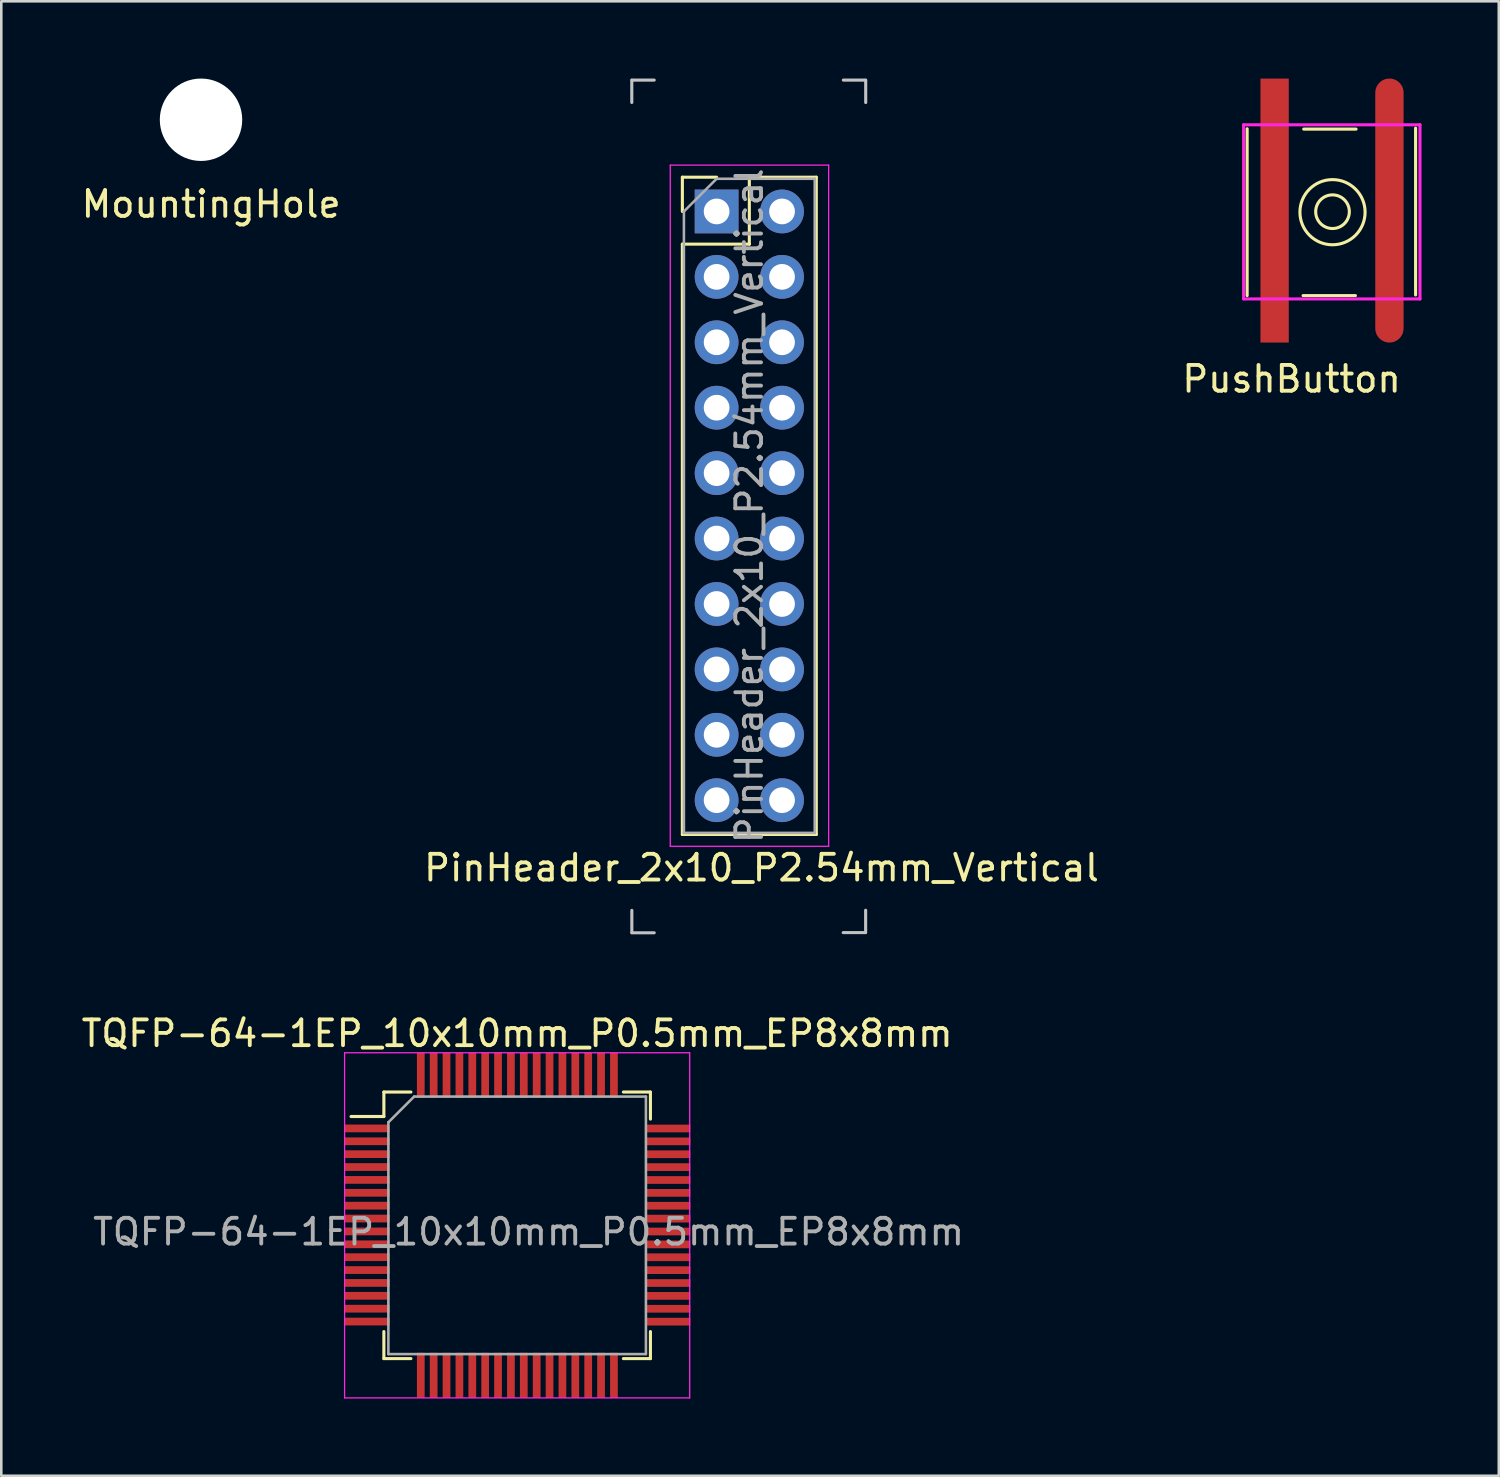
<source format=kicad_pcb>
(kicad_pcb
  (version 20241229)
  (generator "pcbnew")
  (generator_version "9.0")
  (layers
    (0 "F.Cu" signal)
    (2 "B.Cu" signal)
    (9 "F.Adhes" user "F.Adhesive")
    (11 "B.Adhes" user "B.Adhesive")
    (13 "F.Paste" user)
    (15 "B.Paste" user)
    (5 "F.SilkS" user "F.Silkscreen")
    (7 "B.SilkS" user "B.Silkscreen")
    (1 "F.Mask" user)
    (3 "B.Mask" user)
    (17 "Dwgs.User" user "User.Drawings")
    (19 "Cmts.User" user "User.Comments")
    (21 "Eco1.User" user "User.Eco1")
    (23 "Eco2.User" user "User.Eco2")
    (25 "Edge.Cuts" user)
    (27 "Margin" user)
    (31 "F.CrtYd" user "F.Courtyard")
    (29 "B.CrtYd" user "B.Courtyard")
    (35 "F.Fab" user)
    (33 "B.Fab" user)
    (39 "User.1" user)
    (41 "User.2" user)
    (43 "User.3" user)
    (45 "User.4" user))
  (footprint "PushButton"
    (layer "F.Cu")
    (at 48.676 5.214)
    (property "Reference" "PushButton" (at -1.575 6.452 0) (layer "F.SilkS") (effects (font (size 1 1) (thickness 0.15))))
    (attr through_hole)
    (fp_line (start -3.302 3.213) (end -3.302 -3.264) (stroke (width 0.12) (type solid)) (layer "F.SilkS"))
    (fp_line (start -1.13 3.213) (end 0.902 3.213) (stroke (width 0.12) (type solid)) (layer "F.SilkS"))
    (fp_line (start -1.105 -3.251) (end 0.927 -3.251) (stroke (width 0.12) (type solid)) (layer "F.SilkS"))
    (fp_line (start 3.239 3.188) (end 3.239 -3.289) (stroke (width 0.12) (type solid)) (layer "F.SilkS"))
    (fp_circle (center 0.013 -0.044) (end 0.584 0.273) (stroke (width 0.12) (type solid)) (fill no) (layer "F.SilkS"))
    (fp_circle (center 0.013 -0.025) (end 1.278 -0.025) (stroke (width 0.12) (type solid)) (fill no) (layer "F.SilkS"))
    (fp_line (start -3.439 -3.419) (end 3.409 -3.419) (stroke (width 0.12) (type solid)) (layer "F.CrtYd"))
    (fp_line (start -3.439 3.343) (end -3.439 -3.419) (stroke (width 0.12) (type solid)) (layer "F.CrtYd"))
    (fp_line (start 3.409 -3.419) (end 3.409 3.343) (stroke (width 0.12) (type solid)) (layer "F.CrtYd"))
    (fp_line (start 3.409 3.343) (end -3.439 3.343) (stroke (width 0.12) (type solid)) (layer "F.CrtYd"))
    (pad "1" smd rect (at -2.235 -0.089) (size 1.1 10.25) (layers "F.Cu" "F.Mask" "F.Paste"))
    (pad "2" smd oval (at 2.223 -0.089) (size 1.1 10.25) (layers "F.Cu" "F.Mask" "F.Paste")))
  (footprint "TQFP-64-1EP_10x10mm_P0.5mm_EP8x8mm"
    (layer "F.Cu")
    (at 17.03 44.527)
    (property "Reference" "TQFP-64-1EP_10x10mm_P0.5mm_EP8x8mm" (at 0 -7.45 0) (layer "F.SilkS") (effects (font (size 1 1) (thickness 0.15))))
    (attr smd)
    (fp_line (start -5.175 -5.175) (end -5.175 -4.225) (stroke (width 0.12) (type solid)) (layer "F.SilkS"))
    (fp_line (start -5.175 -5.175) (end -4.125 -5.175) (stroke (width 0.12) (type solid)) (layer "F.SilkS"))
    (fp_line (start -5.175 -4.225) (end -6.45 -4.225) (stroke (width 0.12) (type solid)) (layer "F.SilkS"))
    (fp_line (start -5.175 5.175) (end -5.175 4.125) (stroke (width 0.12) (type solid)) (layer "F.SilkS"))
    (fp_line (start -5.175 5.175) (end -4.125 5.175) (stroke (width 0.12) (type solid)) (layer "F.SilkS"))
    (fp_line (start 5.175 -5.175) (end 4.125 -5.175) (stroke (width 0.12) (type solid)) (layer "F.SilkS"))
    (fp_line (start 5.175 -5.175) (end 5.175 -4.125) (stroke (width 0.12) (type solid)) (layer "F.SilkS"))
    (fp_line (start 5.175 5.175) (end 4.125 5.175) (stroke (width 0.12) (type solid)) (layer "F.SilkS"))
    (fp_line (start 5.175 5.175) (end 5.175 4.125) (stroke (width 0.12) (type solid)) (layer "F.SilkS"))
    (fp_line (start -6.7 -6.7) (end -6.7 6.7) (stroke (width 0.05) (type solid)) (layer "F.CrtYd"))
    (fp_line (start -6.7 -6.7) (end 6.7 -6.7) (stroke (width 0.05) (type solid)) (layer "F.CrtYd"))
    (fp_line (start -6.7 6.7) (end 6.7 6.7) (stroke (width 0.05) (type solid)) (layer "F.CrtYd"))
    (fp_line (start 6.7 -6.7) (end 6.7 6.7) (stroke (width 0.05) (type solid)) (layer "F.CrtYd"))
    (fp_line (start -5 -4) (end -4 -5) (stroke (width 0.1) (type solid)) (layer "F.Fab"))
    (fp_line (start -5 5) (end -5 -4) (stroke (width 0.1) (type solid)) (layer "F.Fab"))
    (fp_line (start -4 -5) (end 5 -5) (stroke (width 0.1) (type solid)) (layer "F.Fab"))
    (fp_line (start 5 -5) (end 5 5) (stroke (width 0.1) (type solid)) (layer "F.Fab"))
    (fp_line (start 5 5) (end -5 5) (stroke (width 0.1) (type solid)) (layer "F.Fab"))
    (fp_text user "${REFERENCE}" (at 0.445 0.254 0) (layer "F.Fab") (effects (font (size 1 1) (thickness 0.15))))
    (pad "1" smd rect (at -5.827 -3.763) (size 1.75 0.3) (layers "F.Cu" "F.Mask" "F.Paste"))
    (pad "2" smd rect (at -5.827 -3.263) (size 1.75 0.3) (layers "F.Cu" "F.Mask" "F.Paste"))
    (pad "3" smd rect (at -5.827 -2.763) (size 1.75 0.3) (layers "F.Cu" "F.Mask" "F.Paste"))
    (pad "4" smd rect (at -5.827 -2.263) (size 1.75 0.3) (layers "F.Cu" "F.Mask" "F.Paste"))
    (pad "5" smd rect (at -5.827 -1.763) (size 1.75 0.3) (layers "F.Cu" "F.Mask" "F.Paste"))
    (pad "6" smd rect (at -5.827 -1.263) (size 1.75 0.3) (layers "F.Cu" "F.Mask" "F.Paste"))
    (pad "7" smd rect (at -5.827 -0.763) (size 1.75 0.3) (layers "F.Cu" "F.Mask" "F.Paste"))
    (pad "8" smd rect (at -5.827 -0.263) (size 1.75 0.3) (layers "F.Cu" "F.Mask" "F.Paste"))
    (pad "9" smd rect (at -5.827 0.237) (size 1.75 0.3) (layers "F.Cu" "F.Mask" "F.Paste"))
    (pad "10" smd rect (at -5.827 0.737) (size 1.75 0.3) (layers "F.Cu" "F.Mask" "F.Paste"))
    (pad "11" smd rect (at -5.827 1.237) (size 1.75 0.3) (layers "F.Cu" "F.Mask" "F.Paste"))
    (pad "12" smd rect (at -5.827 1.737) (size 1.75 0.3) (layers "F.Cu" "F.Mask" "F.Paste"))
    (pad "13" smd rect (at -5.827 2.237) (size 1.75 0.3) (layers "F.Cu" "F.Mask" "F.Paste"))
    (pad "14" smd rect (at -5.827 2.737) (size 1.75 0.3) (layers "F.Cu" "F.Mask" "F.Paste"))
    (pad "15" smd rect (at -5.827 3.237) (size 1.75 0.3) (layers "F.Cu" "F.Mask" "F.Paste"))
    (pad "16" smd rect (at -5.827 3.737) (size 1.75 0.3) (layers "F.Cu" "F.Mask" "F.Paste"))
    (pad "17" smd rect (at -3.742 5.824 90) (size 1.75 0.3) (layers "F.Cu" "F.Mask" "F.Paste"))
    (pad "18" smd rect (at -3.242 5.824 90) (size 1.75 0.3) (layers "F.Cu" "F.Mask" "F.Paste"))
    (pad "19" smd rect (at -2.742 5.824 90) (size 1.75 0.3) (layers "F.Cu" "F.Mask" "F.Paste"))
    (pad "20" smd rect (at -2.242 5.824 90) (size 1.75 0.3) (layers "F.Cu" "F.Mask" "F.Paste"))
    (pad "21" smd rect (at -1.742 5.824 90) (size 1.75 0.3) (layers "F.Cu" "F.Mask" "F.Paste"))
    (pad "22" smd rect (at -1.242 5.824 90) (size 1.75 0.3) (layers "F.Cu" "F.Mask" "F.Paste"))
    (pad "23" smd rect (at -0.742 5.824 90) (size 1.75 0.3) (layers "F.Cu" "F.Mask" "F.Paste"))
    (pad "24" smd rect (at -0.242 5.824 90) (size 1.75 0.3) (layers "F.Cu" "F.Mask" "F.Paste"))
    (pad "25" smd rect (at 0.258 5.824 90) (size 1.75 0.3) (layers "F.Cu" "F.Mask" "F.Paste"))
    (pad "26" smd rect (at 0.758 5.824 90) (size 1.75 0.3) (layers "F.Cu" "F.Mask" "F.Paste"))
    (pad "27" smd rect (at 1.258 5.824 90) (size 1.75 0.3) (layers "F.Cu" "F.Mask" "F.Paste"))
    (pad "28" smd rect (at 1.758 5.824 90) (size 1.75 0.3) (layers "F.Cu" "F.Mask" "F.Paste"))
    (pad "29" smd rect (at 2.258 5.824 90) (size 1.75 0.3) (layers "F.Cu" "F.Mask" "F.Paste"))
    (pad "30" smd rect (at 2.758 5.824 90) (size 1.75 0.3) (layers "F.Cu" "F.Mask" "F.Paste"))
    (pad "31" smd rect (at 3.258 5.824 90) (size 1.75 0.3) (layers "F.Cu" "F.Mask" "F.Paste"))
    (pad "32" smd rect (at 3.758 5.824 90) (size 1.75 0.3) (layers "F.Cu" "F.Mask" "F.Paste"))
    (pad "33" smd rect (at 5.847 3.74) (size 1.75 0.3) (layers "F.Cu" "F.Mask" "F.Paste"))
    (pad "34" smd rect (at 5.847 3.24) (size 1.75 0.3) (layers "F.Cu" "F.Mask" "F.Paste"))
    (pad "35" smd rect (at 5.847 2.74) (size 1.75 0.3) (layers "F.Cu" "F.Mask" "F.Paste"))
    (pad "36" smd rect (at 5.847 2.24) (size 1.75 0.3) (layers "F.Cu" "F.Mask" "F.Paste"))
    (pad "37" smd rect (at 5.847 1.74) (size 1.75 0.3) (layers "F.Cu" "F.Mask" "F.Paste"))
    (pad "38" smd rect (at 5.847 1.24) (size 1.75 0.3) (layers "F.Cu" "F.Mask" "F.Paste"))
    (pad "39" smd rect (at 5.847 0.74) (size 1.75 0.3) (layers "F.Cu" "F.Mask" "F.Paste"))
    (pad "40" smd rect (at 5.847 0.24) (size 1.75 0.3) (layers "F.Cu" "F.Mask" "F.Paste"))
    (pad "41" smd rect (at 5.847 -0.26) (size 1.75 0.3) (layers "F.Cu" "F.Mask" "F.Paste"))
    (pad "42" smd rect (at 5.847 -0.76) (size 1.75 0.3) (layers "F.Cu" "F.Mask" "F.Paste"))
    (pad "43" smd rect (at 5.847 -1.26) (size 1.75 0.3) (layers "F.Cu" "F.Mask" "F.Paste"))
    (pad "44" smd rect (at 5.847 -1.76) (size 1.75 0.3) (layers "F.Cu" "F.Mask" "F.Paste"))
    (pad "45" smd rect (at 5.847 -2.26) (size 1.75 0.3) (layers "F.Cu" "F.Mask" "F.Paste"))
    (pad "46" smd rect (at 5.847 -2.76) (size 1.75 0.3) (layers "F.Cu" "F.Mask" "F.Paste"))
    (pad "47" smd rect (at 5.847 -3.26) (size 1.75 0.3) (layers "F.Cu" "F.Mask" "F.Paste"))
    (pad "48" smd rect (at 5.847 -3.76) (size 1.75 0.3) (layers "F.Cu" "F.Mask" "F.Paste"))
    (pad "49" smd rect (at 3.758 -5.832 90) (size 1.75 0.3) (layers "F.Cu" "F.Mask" "F.Paste"))
    (pad "50" smd rect (at 3.258 -5.832 90) (size 1.75 0.3) (layers "F.Cu" "F.Mask" "F.Paste"))
    (pad "51" smd rect (at 2.758 -5.832 90) (size 1.75 0.3) (layers "F.Cu" "F.Mask" "F.Paste"))
    (pad "52" smd rect (at 2.258 -5.832 90) (size 1.75 0.3) (layers "F.Cu" "F.Mask" "F.Paste"))
    (pad "53" smd rect (at 1.758 -5.832 90) (size 1.75 0.3) (layers "F.Cu" "F.Mask" "F.Paste"))
    (pad "54" smd rect (at 1.258 -5.832 90) (size 1.75 0.3) (layers "F.Cu" "F.Mask" "F.Paste"))
    (pad "55" smd rect (at 0.758 -5.832 90) (size 1.75 0.3) (layers "F.Cu" "F.Mask" "F.Paste"))
    (pad "56" smd rect (at 0.258 -5.832 90) (size 1.75 0.3) (layers "F.Cu" "F.Mask" "F.Paste"))
    (pad "57" smd rect (at -0.242 -5.832 90) (size 1.75 0.3) (layers "F.Cu" "F.Mask" "F.Paste"))
    (pad "58" smd rect (at -0.742 -5.832 90) (size 1.75 0.3) (layers "F.Cu" "F.Mask" "F.Paste"))
    (pad "59" smd rect (at -1.242 -5.832 90) (size 1.75 0.3) (layers "F.Cu" "F.Mask" "F.Paste"))
    (pad "60" smd rect (at -1.742 -5.832 90) (size 1.75 0.3) (layers "F.Cu" "F.Mask" "F.Paste"))
    (pad "61" smd rect (at -2.242 -5.832 90) (size 1.75 0.3) (layers "F.Cu" "F.Mask" "F.Paste"))
    (pad "62" smd rect (at -2.742 -5.832 90) (size 1.75 0.3) (layers "F.Cu" "F.Mask" "F.Paste"))
    (pad "63" smd rect (at -3.242 -5.832 90) (size 1.75 0.3) (layers "F.Cu" "F.Mask" "F.Paste"))
    (pad "64" smd rect (at -3.742 -5.832 90) (size 1.75 0.3) (layers "F.Cu" "F.Mask" "F.Paste")))
  (footprint "MountingHole"
    (layer "F.Cu")
    (at 4.755 1.6)
    (property "Reference" "MountingHole" (at 0.394 3.277 0) (layer "F.SilkS") (effects (font (size 1 1) (thickness 0.15))))
    (attr through_hole)
    (pad "" np_thru_hole circle (at 0 0) (size 3.2 3.2) (drill 3.2) (layers "*.Cu" "*.Mask")))
  (footprint "PinHeader_2x10_P2.54mm_Vertical"
    (layer "F.Cu")
    (at 24.826 5.351)
    (property "Reference" "PinHeader_2x10_P2.54mm_Vertical" (at 1.692 25.296 0) (layer "F.SilkS") (effects (font (size 1 1) (thickness 0.15))))
    (attr through_hole)
    (fp_line (start -1.381 -1.52) (end -0.051 -1.52) (stroke (width 0.12) (type solid)) (layer "F.SilkS"))
    (fp_line (start -1.381 -0.191) (end -1.381 -1.52) (stroke (width 0.12) (type solid)) (layer "F.SilkS"))
    (fp_line (start -1.381 1.079) (end -1.381 24) (stroke (width 0.12) (type solid)) (layer "F.SilkS"))
    (fp_line (start -1.381 1.079) (end 1.219 1.079) (stroke (width 0.12) (type solid)) (layer "F.SilkS"))
    (fp_line (start -1.381 24) (end 3.819 24) (stroke (width 0.12) (type solid)) (layer "F.SilkS"))
    (fp_line (start 1.219 -1.52) (end 3.819 -1.52) (stroke (width 0.12) (type solid)) (layer "F.SilkS"))
    (fp_line (start 1.219 1.079) (end 1.219 -1.52) (stroke (width 0.12) (type solid)) (layer "F.SilkS"))
    (fp_line (start 3.819 -1.52) (end 3.819 24) (stroke (width 0.12) (type solid)) (layer "F.SilkS"))
    (fp_line (start -3.345 -5.288) (end -3.345 -4.422) (stroke (width 0.12) (type solid)) (layer "Dwgs.User"))
    (fp_line (start -3.343 27.813) (end -3.343 26.947) (stroke (width 0.12) (type solid)) (layer "Dwgs.User"))
    (fp_line (start -3.34 -5.291) (end -2.474 -5.291) (stroke (width 0.12) (type solid)) (layer "Dwgs.User"))
    (fp_line (start -3.34 27.818) (end -2.474 27.818) (stroke (width 0.12) (type solid)) (layer "Dwgs.User"))
    (fp_line (start 5.73 27.81) (end 4.864 27.81) (stroke (width 0.12) (type solid)) (layer "Dwgs.User"))
    (fp_line (start 5.735 -5.291) (end 4.869 -5.291) (stroke (width 0.12) (type solid)) (layer "Dwgs.User"))
    (fp_line (start 5.735 27.808) (end 5.735 26.942) (stroke (width 0.12) (type solid)) (layer "Dwgs.User"))
    (fp_line (start 5.738 -5.286) (end 5.738 -4.42) (stroke (width 0.12) (type solid)) (layer "Dwgs.User"))
    (fp_line (start -1.851 -1.99) (end -1.851 24.459) (stroke (width 0.05) (type solid)) (layer "F.CrtYd"))
    (fp_line (start -1.851 24.459) (end 4.299 24.459) (stroke (width 0.05) (type solid)) (layer "F.CrtYd"))
    (fp_line (start 4.299 -1.99) (end -1.851 -1.99) (stroke (width 0.05) (type solid)) (layer "F.CrtYd"))
    (fp_line (start 4.299 24.459) (end 4.299 -1.99) (stroke (width 0.05) (type solid)) (layer "F.CrtYd"))
    (fp_line (start -1.321 -0.191) (end -0.051 -1.46) (stroke (width 0.1) (type solid)) (layer "F.Fab"))
    (fp_line (start -1.321 23.939) (end -1.321 -0.191) (stroke (width 0.1) (type solid)) (layer "F.Fab"))
    (fp_line (start -0.051 -1.46) (end 3.759 -1.46) (stroke (width 0.1) (type solid)) (layer "F.Fab"))
    (fp_line (start 3.759 -1.46) (end 3.759 23.939) (stroke (width 0.1) (type solid)) (layer "F.Fab"))
    (fp_line (start 3.759 23.939) (end -1.321 23.939) (stroke (width 0.1) (type solid)) (layer "F.Fab"))
    (fp_text user "${REFERENCE}" (at 1.219 11.239 90) (layer "F.Fab") (effects (font (size 1 1) (thickness 0.15))))
    (pad "1" thru_hole rect (at -0.051 -0.191) (size 1.7 1.7) (drill 1) (layers "*.Cu" "*.Mask"))
    (pad "2" thru_hole oval (at 2.489 -0.191) (size 1.7 1.7) (drill 1) (layers "*.Cu" "*.Mask"))
    (pad "3" thru_hole oval (at -0.051 2.349) (size 1.7 1.7) (drill 1) (layers "*.Cu" "*.Mask"))
    (pad "4" thru_hole oval (at 2.489 2.349) (size 1.7 1.7) (drill 1) (layers "*.Cu" "*.Mask"))
    (pad "5" thru_hole oval (at -0.051 4.889) (size 1.7 1.7) (drill 1) (layers "*.Cu" "*.Mask"))
    (pad "6" thru_hole oval (at 2.489 4.889) (size 1.7 1.7) (drill 1) (layers "*.Cu" "*.Mask"))
    (pad "7" thru_hole oval (at -0.051 7.429) (size 1.7 1.7) (drill 1) (layers "*.Cu" "*.Mask"))
    (pad "8" thru_hole oval (at 2.489 7.429) (size 1.7 1.7) (drill 1) (layers "*.Cu" "*.Mask"))
    (pad "9" thru_hole oval (at -0.051 9.97) (size 1.7 1.7) (drill 1) (layers "*.Cu" "*.Mask"))
    (pad "10" thru_hole oval (at 2.489 9.97) (size 1.7 1.7) (drill 1) (layers "*.Cu" "*.Mask"))
    (pad "11" thru_hole oval (at -0.051 12.509) (size 1.7 1.7) (drill 1) (layers "*.Cu" "*.Mask"))
    (pad "12" thru_hole oval (at 2.489 12.509) (size 1.7 1.7) (drill 1) (layers "*.Cu" "*.Mask"))
    (pad "13" thru_hole oval (at -0.051 15.05) (size 1.7 1.7) (drill 1) (layers "*.Cu" "*.Mask"))
    (pad "14" thru_hole oval (at 2.489 15.05) (size 1.7 1.7) (drill 1) (layers "*.Cu" "*.Mask"))
    (pad "15" thru_hole oval (at -0.051 17.59) (size 1.7 1.7) (drill 1) (layers "*.Cu" "*.Mask"))
    (pad "16" thru_hole oval (at 2.489 17.59) (size 1.7 1.7) (drill 1) (layers "*.Cu" "*.Mask"))
    (pad "17" thru_hole oval (at -0.051 20.13) (size 1.7 1.7) (drill 1) (layers "*.Cu" "*.Mask"))
    (pad "18" thru_hole oval (at 2.489 20.13) (size 1.7 1.7) (drill 1) (layers "*.Cu" "*.Mask"))
    (pad "19" thru_hole oval (at -0.051 22.669) (size 1.7 1.7) (drill 1) (layers "*.Cu" "*.Mask"))
    (pad "20" thru_hole oval (at 2.489 22.669) (size 1.7 1.7) (drill 1) (layers "*.Cu" "*.Mask")))
  (gr_rect
    (start -3 -3)
    (end 55.145 54.252)
    (stroke (width 0.1) (type default))
    (fill no)
    (layer "Edge.Cuts")))
</source>
